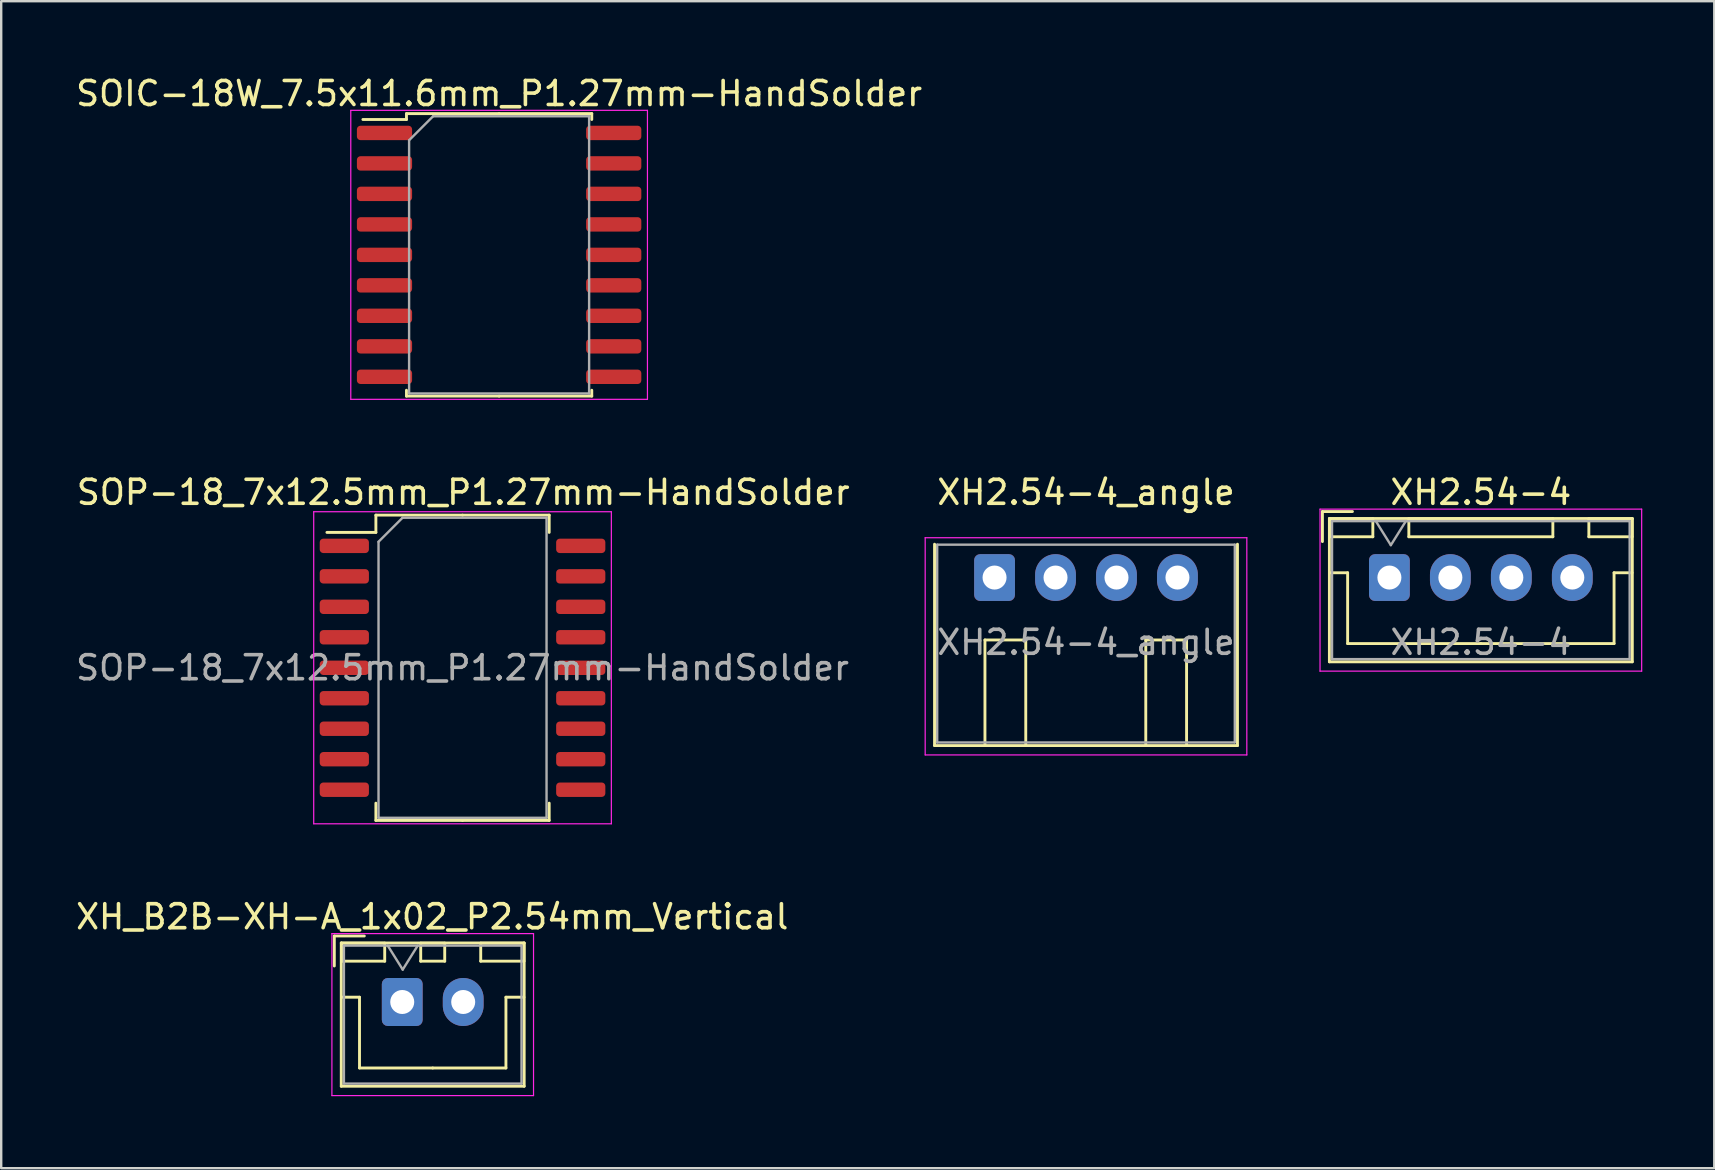
<source format=kicad_pcb>
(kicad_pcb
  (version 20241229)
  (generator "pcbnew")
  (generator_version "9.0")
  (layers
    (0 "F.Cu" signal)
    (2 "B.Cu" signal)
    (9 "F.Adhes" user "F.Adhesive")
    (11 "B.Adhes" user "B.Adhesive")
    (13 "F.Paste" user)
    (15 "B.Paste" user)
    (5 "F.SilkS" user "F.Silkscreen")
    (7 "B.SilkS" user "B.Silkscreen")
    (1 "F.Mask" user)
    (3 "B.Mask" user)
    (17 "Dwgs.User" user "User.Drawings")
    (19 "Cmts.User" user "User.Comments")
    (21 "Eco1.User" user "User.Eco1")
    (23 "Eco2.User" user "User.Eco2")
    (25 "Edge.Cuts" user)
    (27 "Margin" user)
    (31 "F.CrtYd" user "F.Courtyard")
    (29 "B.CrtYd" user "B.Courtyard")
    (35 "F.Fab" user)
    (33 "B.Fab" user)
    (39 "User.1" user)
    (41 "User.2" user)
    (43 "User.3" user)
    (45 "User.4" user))
  (footprint "XH2.54-4_angle"
    (layer "F.Cu")
    (at 38.385 21.012)
    (property "Reference" "XH2.54-4_angle" (at 3.81 -3.55 0) (layer "F.SilkS") (effects (font (size 1 1) (thickness 0.15))))
    (attr through_hole)
    (fp_line (start -2.5 -1.39) (end -2.5 7) (stroke (width 0.12) (type solid)) (layer "F.SilkS"))
    (fp_line (start -2.5 7) (end 10.12 7) (stroke (width 0.12) (type solid)) (layer "F.SilkS"))
    (fp_line (start -0.4 2.6) (end -0.4 7) (stroke (width 0.12) (type solid)) (layer "F.SilkS"))
    (fp_line (start -0.4 2.6) (end 1.3 2.6) (stroke (width 0.12) (type solid)) (layer "F.SilkS"))
    (fp_line (start 1.3 2.6) (end 1.3 7) (stroke (width 0.12) (type solid)) (layer "F.SilkS"))
    (fp_line (start 6.3 2.6) (end 6.3 7) (stroke (width 0.12) (type solid)) (layer "F.SilkS"))
    (fp_line (start 6.3 2.6) (end 8 2.6) (stroke (width 0.12) (type solid)) (layer "F.SilkS"))
    (fp_line (start 8 2.6) (end 8 7) (stroke (width 0.12) (type solid)) (layer "F.SilkS"))
    (fp_line (start 10.12 7) (end 10.12 -1.39) (stroke (width 0.12) (type solid)) (layer "F.SilkS"))
    (fp_line (start -2.89 -1.66) (end -2.89 7.39) (stroke (width 0.05) (type solid)) (layer "F.CrtYd"))
    (fp_line (start -2.89 7.39) (end 10.51 7.39) (stroke (width 0.05) (type solid)) (layer "F.CrtYd"))
    (fp_line (start 10.51 -1.66) (end -2.89 -1.66) (stroke (width 0.05) (type solid)) (layer "F.CrtYd"))
    (fp_line (start 10.51 7.39) (end 10.51 -1.66) (stroke (width 0.05) (type solid)) (layer "F.CrtYd"))
    (fp_line (start -2.4 6.87) (end 10 6.87) (stroke (width 0.1) (type solid)) (layer "F.Fab"))
    (fp_line (start -2.39 -1.37) (end -2.39 6.87) (stroke (width 0.1) (type solid)) (layer "F.Fab"))
    (fp_line (start 10.01 -1.37) (end -2.39 -1.37) (stroke (width 0.1) (type solid)) (layer "F.Fab"))
    (fp_line (start 10.01 6.87) (end 10.01 -1.37) (stroke (width 0.1) (type solid)) (layer "F.Fab"))
    (fp_text user "${REFERENCE}" (at 3.81 2.7 0) (layer "F.Fab") (effects (font (size 1 1) (thickness 0.15))))
    (pad "1" thru_hole roundrect (at 0 0) (size 1.7 1.95) (drill 1) (layers "*.Cu" "*.Mask") (roundrect_rratio 0.147))
    (pad "2" thru_hole oval (at 2.54 0) (size 1.7 1.95) (drill 1) (layers "*.Cu" "*.Mask"))
    (pad "3" thru_hole oval (at 5.08 0) (size 1.7 1.95) (drill 1) (layers "*.Cu" "*.Mask"))
    (pad "4" thru_hole oval (at 7.62 0) (size 1.7 1.95) (drill 1) (layers "*.Cu" "*.Mask")))
  (footprint "SOP-18_7x12.5mm_P1.27mm-HandSolder"
    (layer "F.Cu")
    (at 16.22 24.771)
    (property "Reference" "SOP-18_7x12.5mm_P1.27mm-HandSolder" (at 0.03 -7.31 180) (layer "F.SilkS") (effects (font (size 1 1) (thickness 0.15))))
    (attr smd)
    (fp_line (start -3.61 -6.36) (end -3.61 -5.64) (stroke (width 0.12) (type solid)) (layer "F.SilkS"))
    (fp_line (start -3.61 -5.64) (end -5.65 -5.64) (stroke (width 0.12) (type solid)) (layer "F.SilkS"))
    (fp_line (start -3.61 6.36) (end -3.61 5.64) (stroke (width 0.12) (type solid)) (layer "F.SilkS"))
    (fp_line (start 0 -6.36) (end -3.61 -6.36) (stroke (width 0.12) (type solid)) (layer "F.SilkS"))
    (fp_line (start 0 -6.36) (end 3.61 -6.36) (stroke (width 0.12) (type solid)) (layer "F.SilkS"))
    (fp_line (start 0 6.36) (end -3.61 6.36) (stroke (width 0.12) (type solid)) (layer "F.SilkS"))
    (fp_line (start 0 6.36) (end 3.61 6.36) (stroke (width 0.12) (type solid)) (layer "F.SilkS"))
    (fp_line (start 3.61 -6.36) (end 3.61 -5.64) (stroke (width 0.12) (type solid)) (layer "F.SilkS"))
    (fp_line (start 3.61 6.36) (end 3.61 5.64) (stroke (width 0.12) (type solid)) (layer "F.SilkS"))
    (fp_line (start -6.2 -6.5) (end -6.2 6.5) (stroke (width 0.05) (type solid)) (layer "F.CrtYd"))
    (fp_line (start -6.2 6.5) (end 6.2 6.5) (stroke (width 0.05) (type solid)) (layer "F.CrtYd"))
    (fp_line (start 6.2 -6.5) (end -6.2 -6.5) (stroke (width 0.05) (type solid)) (layer "F.CrtYd"))
    (fp_line (start 6.2 6.5) (end 6.2 -6.5) (stroke (width 0.05) (type solid)) (layer "F.CrtYd"))
    (fp_line (start -3.5 -5.25) (end -2.5 -6.25) (stroke (width 0.1) (type solid)) (layer "F.Fab"))
    (fp_line (start -3.5 6.25) (end -3.5 -5.25) (stroke (width 0.1) (type solid)) (layer "F.Fab"))
    (fp_line (start -2.5 -6.25) (end 3.5 -6.25) (stroke (width 0.1) (type solid)) (layer "F.Fab"))
    (fp_line (start 3.5 -6.25) (end 3.5 6.25) (stroke (width 0.1) (type solid)) (layer "F.Fab"))
    (fp_line (start 3.5 6.25) (end -3.5 6.25) (stroke (width 0.1) (type solid)) (layer "F.Fab"))
    (fp_text user "${REFERENCE}" (at 0 0 180) (layer "F.Fab") (effects (font (size 1 1) (thickness 0.15))))
    (pad "1" smd roundrect (at -4.925 -5.08) (size 2.05 0.6) (layers "F.Cu" "F.Mask" "F.Paste") (roundrect_rratio 0.25))
    (pad "2" smd roundrect (at -4.925 -3.81) (size 2.05 0.6) (layers "F.Cu" "F.Mask" "F.Paste") (roundrect_rratio 0.25))
    (pad "3" smd roundrect (at -4.925 -2.54) (size 2.05 0.6) (layers "F.Cu" "F.Mask" "F.Paste") (roundrect_rratio 0.25))
    (pad "4" smd roundrect (at -4.925 -1.27) (size 2.05 0.6) (layers "F.Cu" "F.Mask" "F.Paste") (roundrect_rratio 0.25))
    (pad "5" smd roundrect (at -4.925 0) (size 2.05 0.6) (layers "F.Cu" "F.Mask" "F.Paste") (roundrect_rratio 0.25))
    (pad "6" smd roundrect (at -4.925 1.27) (size 2.05 0.6) (layers "F.Cu" "F.Mask" "F.Paste") (roundrect_rratio 0.25))
    (pad "7" smd roundrect (at -4.925 2.54) (size 2.05 0.6) (layers "F.Cu" "F.Mask" "F.Paste") (roundrect_rratio 0.25))
    (pad "8" smd roundrect (at -4.925 3.81) (size 2.05 0.6) (layers "F.Cu" "F.Mask" "F.Paste") (roundrect_rratio 0.25))
    (pad "9" smd roundrect (at -4.925 5.08) (size 2.05 0.6) (layers "F.Cu" "F.Mask" "F.Paste") (roundrect_rratio 0.25))
    (pad "10" smd roundrect (at 4.925 5.08) (size 2.05 0.6) (layers "F.Cu" "F.Mask" "F.Paste") (roundrect_rratio 0.25))
    (pad "11" smd roundrect (at 4.925 3.81) (size 2.05 0.6) (layers "F.Cu" "F.Mask" "F.Paste") (roundrect_rratio 0.25))
    (pad "12" smd roundrect (at 4.925 2.54) (size 2.05 0.6) (layers "F.Cu" "F.Mask" "F.Paste") (roundrect_rratio 0.25))
    (pad "13" smd roundrect (at 4.925 1.27) (size 2.05 0.6) (layers "F.Cu" "F.Mask" "F.Paste") (roundrect_rratio 0.25))
    (pad "14" smd roundrect (at 4.925 0) (size 2.05 0.6) (layers "F.Cu" "F.Mask" "F.Paste") (roundrect_rratio 0.25))
    (pad "15" smd roundrect (at 4.925 -1.27) (size 2.05 0.6) (layers "F.Cu" "F.Mask" "F.Paste") (roundrect_rratio 0.25))
    (pad "16" smd roundrect (at 4.925 -2.54) (size 2.05 0.6) (layers "F.Cu" "F.Mask" "F.Paste") (roundrect_rratio 0.25))
    (pad "17" smd roundrect (at 4.925 -3.81) (size 2.05 0.6) (layers "F.Cu" "F.Mask" "F.Paste") (roundrect_rratio 0.25))
    (pad "18" smd roundrect (at 4.925 -5.08) (size 2.05 0.6) (layers "F.Cu" "F.Mask" "F.Paste") (roundrect_rratio 0.25)))
  (footprint "XH2.54-4"
    (layer "F.Cu")
    (at 54.835 21.012)
    (property "Reference" "XH2.54-4" (at 3.81 -3.55 0) (layer "F.SilkS") (effects (font (size 1 1) (thickness 0.15))))
    (attr through_hole)
    (fp_line (start -2.79 -2.75) (end -2.79 -1.5) (stroke (width 0.12) (type solid)) (layer "F.SilkS"))
    (fp_line (start -2.5 -2.46) (end -2.5 3.51) (stroke (width 0.12) (type solid)) (layer "F.SilkS"))
    (fp_line (start -2.5 3.51) (end 10.12 3.51) (stroke (width 0.12) (type solid)) (layer "F.SilkS"))
    (fp_line (start -2.49 -2.45) (end -2.49 -1.7) (stroke (width 0.12) (type solid)) (layer "F.SilkS"))
    (fp_line (start -2.49 -1.7) (end -0.69 -1.7) (stroke (width 0.12) (type solid)) (layer "F.SilkS"))
    (fp_line (start -2.49 -0.2) (end -1.74 -0.2) (stroke (width 0.12) (type solid)) (layer "F.SilkS"))
    (fp_line (start -1.74 -0.2) (end -1.74 2.75) (stroke (width 0.12) (type solid)) (layer "F.SilkS"))
    (fp_line (start -1.74 2.75) (end 3.81 2.75) (stroke (width 0.12) (type solid)) (layer "F.SilkS"))
    (fp_line (start -1.54 -2.75) (end -2.79 -2.75) (stroke (width 0.12) (type solid)) (layer "F.SilkS"))
    (fp_line (start -0.69 -2.45) (end -2.49 -2.45) (stroke (width 0.12) (type solid)) (layer "F.SilkS"))
    (fp_line (start -0.69 -1.7) (end -0.69 -2.45) (stroke (width 0.12) (type solid)) (layer "F.SilkS"))
    (fp_line (start 0.81 -2.45) (end 0.81 -1.7) (stroke (width 0.12) (type solid)) (layer "F.SilkS"))
    (fp_line (start 0.81 -1.7) (end 6.81 -1.7) (stroke (width 0.12) (type solid)) (layer "F.SilkS"))
    (fp_line (start 6.81 -2.45) (end 0.81 -2.45) (stroke (width 0.12) (type solid)) (layer "F.SilkS"))
    (fp_line (start 6.81 -1.7) (end 6.81 -2.45) (stroke (width 0.12) (type solid)) (layer "F.SilkS"))
    (fp_line (start 8.31 -2.45) (end 8.31 -1.7) (stroke (width 0.12) (type solid)) (layer "F.SilkS"))
    (fp_line (start 8.31 -1.7) (end 10.11 -1.7) (stroke (width 0.12) (type solid)) (layer "F.SilkS"))
    (fp_line (start 9.36 -0.2) (end 9.36 2.75) (stroke (width 0.12) (type solid)) (layer "F.SilkS"))
    (fp_line (start 9.36 2.75) (end 3.81 2.75) (stroke (width 0.12) (type solid)) (layer "F.SilkS"))
    (fp_line (start 10.11 -2.45) (end 8.31 -2.45) (stroke (width 0.12) (type solid)) (layer "F.SilkS"))
    (fp_line (start 10.11 -1.7) (end 10.11 -2.45) (stroke (width 0.12) (type solid)) (layer "F.SilkS"))
    (fp_line (start 10.11 -0.2) (end 9.36 -0.2) (stroke (width 0.12) (type solid)) (layer "F.SilkS"))
    (fp_line (start 10.12 -2.46) (end -2.5 -2.46) (stroke (width 0.12) (type solid)) (layer "F.SilkS"))
    (fp_line (start 10.12 3.51) (end 10.12 -2.46) (stroke (width 0.12) (type solid)) (layer "F.SilkS"))
    (fp_line (start -2.89 -2.85) (end -2.89 3.9) (stroke (width 0.05) (type solid)) (layer "F.CrtYd"))
    (fp_line (start -2.89 3.9) (end 10.51 3.9) (stroke (width 0.05) (type solid)) (layer "F.CrtYd"))
    (fp_line (start 10.51 -2.85) (end -2.89 -2.85) (stroke (width 0.05) (type solid)) (layer "F.CrtYd"))
    (fp_line (start 10.51 3.9) (end 10.51 -2.85) (stroke (width 0.05) (type solid)) (layer "F.CrtYd"))
    (fp_line (start -2.39 -2.35) (end -2.39 3.4) (stroke (width 0.1) (type solid)) (layer "F.Fab"))
    (fp_line (start -2.39 3.4) (end 10.01 3.4) (stroke (width 0.1) (type solid)) (layer "F.Fab"))
    (fp_line (start -0.565 -2.35) (end 0.06 -1.35) (stroke (width 0.1) (type solid)) (layer "F.Fab"))
    (fp_line (start 0.06 -1.35) (end 0.685 -2.35) (stroke (width 0.1) (type solid)) (layer "F.Fab"))
    (fp_line (start 10.01 -2.35) (end -2.39 -2.35) (stroke (width 0.1) (type solid)) (layer "F.Fab"))
    (fp_line (start 10.01 3.4) (end 10.01 -2.35) (stroke (width 0.1) (type solid)) (layer "F.Fab"))
    (fp_text user "${REFERENCE}" (at 3.81 2.7 0) (layer "F.Fab") (effects (font (size 1 1) (thickness 0.15))))
    (pad "1" thru_hole roundrect (at 0 0) (size 1.7 1.95) (drill 1) (layers "*.Cu" "*.Mask") (roundrect_rratio 0.147))
    (pad "2" thru_hole oval (at 2.54 0) (size 1.7 1.95) (drill 1) (layers "*.Cu" "*.Mask"))
    (pad "3" thru_hole oval (at 5.08 0) (size 1.7 1.95) (drill 1) (layers "*.Cu" "*.Mask"))
    (pad "4" thru_hole oval (at 7.62 0) (size 1.7 1.95) (drill 1) (layers "*.Cu" "*.Mask")))
  (footprint "SOIC-18W_7.5x11.6mm_P1.27mm-HandSolder"
    (layer "F.Cu")
    (at 17.744 7.568)
    (property "Reference" "SOIC-18W_7.5x11.6mm_P1.27mm-HandSolder" (at 0 -6.72 180) (layer "F.SilkS") (effects (font (size 1 1) (thickness 0.15))))
    (attr smd)
    (fp_line (start -3.86 -5.885) (end -3.86 -5.64) (stroke (width 0.12) (type solid)) (layer "F.SilkS"))
    (fp_line (start -3.86 -5.64) (end -5.675 -5.64) (stroke (width 0.12) (type solid)) (layer "F.SilkS"))
    (fp_line (start -3.86 5.885) (end -3.86 5.64) (stroke (width 0.12) (type solid)) (layer "F.SilkS"))
    (fp_line (start 0 -5.885) (end -3.86 -5.885) (stroke (width 0.12) (type solid)) (layer "F.SilkS"))
    (fp_line (start 0 -5.885) (end 3.86 -5.885) (stroke (width 0.12) (type solid)) (layer "F.SilkS"))
    (fp_line (start 0 5.885) (end -3.86 5.885) (stroke (width 0.12) (type solid)) (layer "F.SilkS"))
    (fp_line (start 0 5.885) (end 3.86 5.885) (stroke (width 0.12) (type solid)) (layer "F.SilkS"))
    (fp_line (start 3.86 -5.885) (end 3.86 -5.64) (stroke (width 0.12) (type solid)) (layer "F.SilkS"))
    (fp_line (start 3.86 5.885) (end 3.86 5.64) (stroke (width 0.12) (type solid)) (layer "F.SilkS"))
    (fp_line (start -6.18 -6.02) (end -6.18 6.02) (stroke (width 0.05) (type solid)) (layer "F.CrtYd"))
    (fp_line (start -6.18 6.02) (end 6.18 6.02) (stroke (width 0.05) (type solid)) (layer "F.CrtYd"))
    (fp_line (start 6.18 -6.02) (end -6.18 -6.02) (stroke (width 0.05) (type solid)) (layer "F.CrtYd"))
    (fp_line (start 6.18 6.02) (end 6.18 -6.02) (stroke (width 0.05) (type solid)) (layer "F.CrtYd"))
    (fp_line (start -3.75 -4.775) (end -2.75 -5.775) (stroke (width 0.1) (type solid)) (layer "F.Fab"))
    (fp_line (start -3.75 5.775) (end -3.75 -4.775) (stroke (width 0.1) (type solid)) (layer "F.Fab"))
    (fp_line (start -2.75 -5.775) (end 3.75 -5.775) (stroke (width 0.1) (type solid)) (layer "F.Fab"))
    (fp_line (start 3.75 -5.775) (end 3.75 5.775) (stroke (width 0.1) (type solid)) (layer "F.Fab"))
    (fp_line (start 3.75 5.775) (end -3.75 5.775) (stroke (width 0.1) (type solid)) (layer "F.Fab"))
    (pad "1" smd roundrect (at -4.775 -5.08) (size 2.3 0.6) (layers "F.Cu" "F.Mask" "F.Paste") (roundrect_rratio 0.25))
    (pad "2" smd roundrect (at -4.775 -3.81) (size 2.3 0.6) (layers "F.Cu" "F.Mask" "F.Paste") (roundrect_rratio 0.25))
    (pad "3" smd roundrect (at -4.775 -2.54) (size 2.3 0.6) (layers "F.Cu" "F.Mask" "F.Paste") (roundrect_rratio 0.25))
    (pad "4" smd roundrect (at -4.775 -1.27) (size 2.3 0.6) (layers "F.Cu" "F.Mask" "F.Paste") (roundrect_rratio 0.25))
    (pad "5" smd roundrect (at -4.775 0) (size 2.3 0.6) (layers "F.Cu" "F.Mask" "F.Paste") (roundrect_rratio 0.25))
    (pad "6" smd roundrect (at -4.775 1.27) (size 2.3 0.6) (layers "F.Cu" "F.Mask" "F.Paste") (roundrect_rratio 0.25))
    (pad "7" smd roundrect (at -4.775 2.54) (size 2.3 0.6) (layers "F.Cu" "F.Mask" "F.Paste") (roundrect_rratio 0.25))
    (pad "8" smd roundrect (at -4.775 3.81) (size 2.3 0.6) (layers "F.Cu" "F.Mask" "F.Paste") (roundrect_rratio 0.25))
    (pad "9" smd roundrect (at -4.775 5.08) (size 2.3 0.6) (layers "F.Cu" "F.Mask" "F.Paste") (roundrect_rratio 0.25))
    (pad "10" smd roundrect (at 4.775 5.08) (size 2.3 0.6) (layers "F.Cu" "F.Mask" "F.Paste") (roundrect_rratio 0.25))
    (pad "11" smd roundrect (at 4.775 3.81) (size 2.3 0.6) (layers "F.Cu" "F.Mask" "F.Paste") (roundrect_rratio 0.25))
    (pad "12" smd roundrect (at 4.775 2.54) (size 2.3 0.6) (layers "F.Cu" "F.Mask" "F.Paste") (roundrect_rratio 0.25))
    (pad "13" smd roundrect (at 4.775 1.27) (size 2.3 0.6) (layers "F.Cu" "F.Mask" "F.Paste") (roundrect_rratio 0.25))
    (pad "14" smd roundrect (at 4.775 0) (size 2.3 0.6) (layers "F.Cu" "F.Mask" "F.Paste") (roundrect_rratio 0.25))
    (pad "15" smd roundrect (at 4.775 -1.27) (size 2.3 0.6) (layers "F.Cu" "F.Mask" "F.Paste") (roundrect_rratio 0.25))
    (pad "16" smd roundrect (at 4.775 -2.54) (size 2.3 0.6) (layers "F.Cu" "F.Mask" "F.Paste") (roundrect_rratio 0.25))
    (pad "17" smd roundrect (at 4.775 -3.81) (size 2.3 0.6) (layers "F.Cu" "F.Mask" "F.Paste") (roundrect_rratio 0.25))
    (pad "18" smd roundrect (at 4.775 -5.08) (size 2.3 0.6) (layers "F.Cu" "F.Mask" "F.Paste") (roundrect_rratio 0.25)))
  (footprint "XH_B2B-XH-A_1x02_P2.54mm_Vertical"
    (layer "F.Cu")
    (at 13.708 38.695)
    (property "Reference" "XH_B2B-XH-A_1x02_P2.54mm_Vertical" (at 1.25 -3.55 0) (layer "F.SilkS") (effects (font (size 1 1) (thickness 0.15))))
    (attr through_hole)
    (fp_line (start -2.83 -2.75) (end -2.83 -1.5) (stroke (width 0.12) (type solid)) (layer "F.SilkS"))
    (fp_line (start -2.54 -2.46) (end -2.54 3.51) (stroke (width 0.12) (type solid)) (layer "F.SilkS"))
    (fp_line (start -2.54 3.51) (end 5.08 3.51) (stroke (width 0.12) (type solid)) (layer "F.SilkS"))
    (fp_line (start -2.53 -2.45) (end -2.53 -1.7) (stroke (width 0.12) (type solid)) (layer "F.SilkS"))
    (fp_line (start -2.53 -1.7) (end -0.73 -1.7) (stroke (width 0.12) (type solid)) (layer "F.SilkS"))
    (fp_line (start -2.53 -0.2) (end -1.78 -0.2) (stroke (width 0.12) (type solid)) (layer "F.SilkS"))
    (fp_line (start -1.78 -0.2) (end -1.78 2.75) (stroke (width 0.12) (type solid)) (layer "F.SilkS"))
    (fp_line (start -1.78 2.75) (end 1.27 2.75) (stroke (width 0.12) (type solid)) (layer "F.SilkS"))
    (fp_line (start -1.58 -2.75) (end -2.83 -2.75) (stroke (width 0.12) (type solid)) (layer "F.SilkS"))
    (fp_line (start -0.73 -2.45) (end -2.53 -2.45) (stroke (width 0.12) (type solid)) (layer "F.SilkS"))
    (fp_line (start -0.73 -1.7) (end -0.73 -2.45) (stroke (width 0.12) (type solid)) (layer "F.SilkS"))
    (fp_line (start 0.77 -2.45) (end 0.77 -1.7) (stroke (width 0.12) (type solid)) (layer "F.SilkS"))
    (fp_line (start 0.77 -1.7) (end 1.77 -1.7) (stroke (width 0.12) (type solid)) (layer "F.SilkS"))
    (fp_line (start 1.77 -2.45) (end 0.77 -2.45) (stroke (width 0.12) (type solid)) (layer "F.SilkS"))
    (fp_line (start 1.77 -1.7) (end 1.77 -2.45) (stroke (width 0.12) (type solid)) (layer "F.SilkS"))
    (fp_line (start 3.27 -2.45) (end 3.27 -1.7) (stroke (width 0.12) (type solid)) (layer "F.SilkS"))
    (fp_line (start 3.27 -1.7) (end 5.07 -1.7) (stroke (width 0.12) (type solid)) (layer "F.SilkS"))
    (fp_line (start 4.32 -0.2) (end 4.32 2.75) (stroke (width 0.12) (type solid)) (layer "F.SilkS"))
    (fp_line (start 4.32 2.75) (end 1.27 2.75) (stroke (width 0.12) (type solid)) (layer "F.SilkS"))
    (fp_line (start 5.07 -2.45) (end 3.27 -2.45) (stroke (width 0.12) (type solid)) (layer "F.SilkS"))
    (fp_line (start 5.07 -1.7) (end 5.07 -2.45) (stroke (width 0.12) (type solid)) (layer "F.SilkS"))
    (fp_line (start 5.07 -0.2) (end 4.32 -0.2) (stroke (width 0.12) (type solid)) (layer "F.SilkS"))
    (fp_line (start 5.08 -2.46) (end -2.54 -2.46) (stroke (width 0.12) (type solid)) (layer "F.SilkS"))
    (fp_line (start 5.08 3.51) (end 5.08 -2.46) (stroke (width 0.12) (type solid)) (layer "F.SilkS"))
    (fp_line (start -2.93 -2.85) (end -2.93 3.9) (stroke (width 0.05) (type solid)) (layer "F.CrtYd"))
    (fp_line (start -2.93 3.9) (end 5.47 3.9) (stroke (width 0.05) (type solid)) (layer "F.CrtYd"))
    (fp_line (start 5.47 -2.85) (end -2.93 -2.85) (stroke (width 0.05) (type solid)) (layer "F.CrtYd"))
    (fp_line (start 5.47 3.9) (end 5.47 -2.85) (stroke (width 0.05) (type solid)) (layer "F.CrtYd"))
    (fp_line (start -2.43 -2.35) (end -2.43 3.4) (stroke (width 0.1) (type solid)) (layer "F.Fab"))
    (fp_line (start -2.43 3.4) (end 4.97 3.4) (stroke (width 0.1) (type solid)) (layer "F.Fab"))
    (fp_line (start -0.605 -2.35) (end 0.02 -1.35) (stroke (width 0.1) (type solid)) (layer "F.Fab"))
    (fp_line (start 0.02 -1.35) (end 0.645 -2.35) (stroke (width 0.1) (type solid)) (layer "F.Fab"))
    (fp_line (start 4.97 -2.35) (end -2.43 -2.35) (stroke (width 0.1) (type solid)) (layer "F.Fab"))
    (fp_line (start 4.97 3.4) (end 4.97 -2.35) (stroke (width 0.1) (type solid)) (layer "F.Fab"))
    (pad "1" thru_hole roundrect (at 0 0) (size 1.7 2) (drill 1) (layers "*.Cu" "*.Mask") (roundrect_rratio 0.147))
    (pad "2" thru_hole oval (at 2.54 0) (size 1.7 2) (drill 1) (layers "*.Cu" "*.Mask")))
  (gr_rect
    (start -3 -3)
    (end 68.37 45.62)
    (stroke (width 0.1) (type default))
    (fill no)
    (layer "Edge.Cuts")))
</source>
